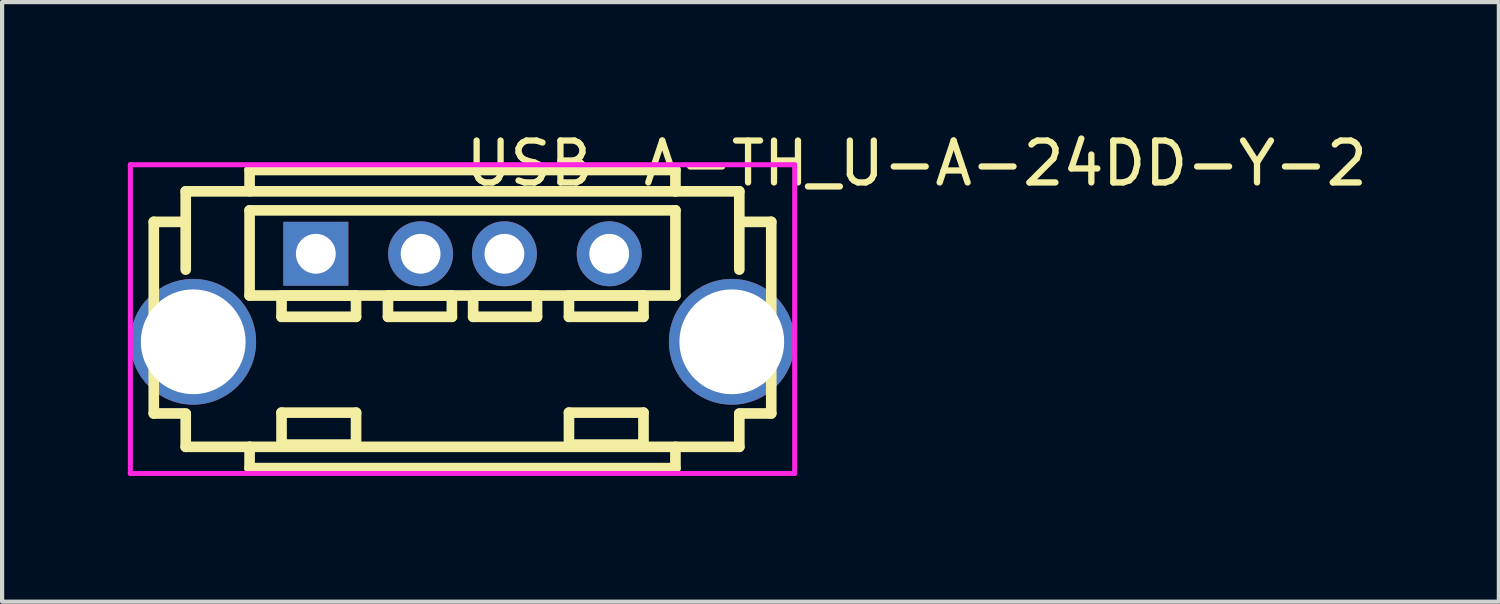
<source format=kicad_pcb>
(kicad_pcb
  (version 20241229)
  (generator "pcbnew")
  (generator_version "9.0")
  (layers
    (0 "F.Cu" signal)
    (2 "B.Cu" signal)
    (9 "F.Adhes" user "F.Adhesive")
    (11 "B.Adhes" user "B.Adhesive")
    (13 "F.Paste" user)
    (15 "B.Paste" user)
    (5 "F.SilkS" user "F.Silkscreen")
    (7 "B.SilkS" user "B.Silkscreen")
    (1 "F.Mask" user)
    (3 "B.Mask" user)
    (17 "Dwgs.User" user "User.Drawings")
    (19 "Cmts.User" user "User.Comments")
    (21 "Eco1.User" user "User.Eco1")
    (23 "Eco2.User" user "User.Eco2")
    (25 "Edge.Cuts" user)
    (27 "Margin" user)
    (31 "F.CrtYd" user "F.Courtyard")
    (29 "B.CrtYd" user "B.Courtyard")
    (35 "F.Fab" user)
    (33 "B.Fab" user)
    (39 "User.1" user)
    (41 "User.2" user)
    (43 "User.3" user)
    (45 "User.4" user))
  (footprint "USB-A-TH_U-A-24DD-Y-2"
    (layer "F.Cu")
    (at 7.985 4.055)
    (property "Reference" "USB-A-TH_U-A-24DD-Y-2" (at 0 -3.207 0) (layer "F.SilkS") (effects (font (size 1 1) (thickness 0.15)) (justify left)))
    (attr through_hole)
    (fp_line (start -7.366 -1.812) (end -7.366 2.76) (stroke (width 0.254) (type solid)) (layer "F.SilkS"))
    (fp_line (start -7.366 2.76) (end -6.604 2.76) (stroke (width 0.254) (type solid)) (layer "F.SilkS"))
    (fp_line (start -6.604 -2.54) (end 6.604 -2.54) (stroke (width 0.254) (type solid)) (layer "F.SilkS"))
    (fp_line (start -6.604 -1.812) (end -7.366 -1.812) (stroke (width 0.254) (type solid)) (layer "F.SilkS"))
    (fp_line (start -6.604 -0.672) (end -6.604 -2.54) (stroke (width 0.254) (type solid)) (layer "F.SilkS"))
    (fp_line (start -6.604 3.556) (end -6.604 2.772) (stroke (width 0.254) (type solid)) (layer "F.SilkS"))
    (fp_line (start -5.08 -3.048) (end -5.08 -2.54) (stroke (width 0.254) (type solid)) (layer "F.SilkS"))
    (fp_line (start -5.08 -2.086) (end 5.08 -2.086) (stroke (width 0.254) (type solid)) (layer "F.SilkS"))
    (fp_line (start -5.08 -0.054) (end -5.08 -2.086) (stroke (width 0.254) (type solid)) (layer "F.SilkS"))
    (fp_line (start -5.08 3.556) (end -5.08 3.556) (stroke (width 0.254) (type solid)) (layer "F.SilkS"))
    (fp_line (start -5.08 3.556) (end -5.08 4.064) (stroke (width 0.254) (type solid)) (layer "F.SilkS"))
    (fp_line (start -5.08 4.064) (end 5.08 4.064) (stroke (width 0.254) (type solid)) (layer "F.SilkS"))
    (fp_line (start -4.318 -0.054) (end -2.54 -0.054) (stroke (width 0.254) (type solid)) (layer "F.SilkS"))
    (fp_line (start -4.318 0.454) (end -4.318 -0.054) (stroke (width 0.254) (type solid)) (layer "F.SilkS"))
    (fp_line (start -4.318 2.74) (end -2.54 2.74) (stroke (width 0.254) (type solid)) (layer "F.SilkS"))
    (fp_line (start -4.318 3.502) (end -4.318 2.74) (stroke (width 0.254) (type solid)) (layer "F.SilkS"))
    (fp_line (start -2.54 -0.054) (end -2.54 0.454) (stroke (width 0.254) (type solid)) (layer "F.SilkS"))
    (fp_line (start -2.54 0.454) (end -4.318 0.454) (stroke (width 0.254) (type solid)) (layer "F.SilkS"))
    (fp_line (start -2.54 2.74) (end -2.54 3.502) (stroke (width 0.254) (type solid)) (layer "F.SilkS"))
    (fp_line (start -2.54 3.502) (end -4.318 3.502) (stroke (width 0.254) (type solid)) (layer "F.SilkS"))
    (fp_line (start -1.778 -0.054) (end -0.254 -0.054) (stroke (width 0.254) (type solid)) (layer "F.SilkS"))
    (fp_line (start -1.778 0.454) (end -1.778 -0.054) (stroke (width 0.254) (type solid)) (layer "F.SilkS"))
    (fp_line (start -0.254 -0.054) (end -0.254 0.454) (stroke (width 0.254) (type solid)) (layer "F.SilkS"))
    (fp_line (start -0.254 0.454) (end -1.778 0.454) (stroke (width 0.254) (type solid)) (layer "F.SilkS"))
    (fp_line (start 0.254 -0.054) (end 1.778 -0.054) (stroke (width 0.254) (type solid)) (layer "F.SilkS"))
    (fp_line (start 0.254 0.454) (end 0.254 -0.054) (stroke (width 0.254) (type solid)) (layer "F.SilkS"))
    (fp_line (start 1.778 -0.054) (end 1.778 0.454) (stroke (width 0.254) (type solid)) (layer "F.SilkS"))
    (fp_line (start 1.778 0.454) (end 0.254 0.454) (stroke (width 0.254) (type solid)) (layer "F.SilkS"))
    (fp_line (start 2.54 -0.054) (end 4.318 -0.054) (stroke (width 0.254) (type solid)) (layer "F.SilkS"))
    (fp_line (start 2.54 0.454) (end 2.54 -0.054) (stroke (width 0.254) (type solid)) (layer "F.SilkS"))
    (fp_line (start 2.54 2.74) (end 4.318 2.74) (stroke (width 0.254) (type solid)) (layer "F.SilkS"))
    (fp_line (start 2.54 3.502) (end 2.54 2.74) (stroke (width 0.254) (type solid)) (layer "F.SilkS"))
    (fp_line (start 4.318 -0.054) (end 4.318 0.454) (stroke (width 0.254) (type solid)) (layer "F.SilkS"))
    (fp_line (start 4.318 0.454) (end 2.54 0.454) (stroke (width 0.254) (type solid)) (layer "F.SilkS"))
    (fp_line (start 4.318 2.74) (end 4.318 3.502) (stroke (width 0.254) (type solid)) (layer "F.SilkS"))
    (fp_line (start 4.318 3.502) (end 2.54 3.502) (stroke (width 0.254) (type solid)) (layer "F.SilkS"))
    (fp_line (start 5.08 -3.048) (end -5.08 -3.048) (stroke (width 0.254) (type solid)) (layer "F.SilkS"))
    (fp_line (start 5.08 -2.54) (end 5.08 -3.048) (stroke (width 0.254) (type solid)) (layer "F.SilkS"))
    (fp_line (start 5.08 -2.54) (end 5.08 -2.54) (stroke (width 0.254) (type solid)) (layer "F.SilkS"))
    (fp_line (start 5.08 -2.086) (end 5.08 -0.054) (stroke (width 0.254) (type solid)) (layer "F.SilkS"))
    (fp_line (start 5.08 -0.054) (end -5.08 -0.054) (stroke (width 0.254) (type solid)) (layer "F.SilkS"))
    (fp_line (start 5.08 4.064) (end 5.08 3.556) (stroke (width 0.254) (type solid)) (layer "F.SilkS"))
    (fp_line (start 6.604 -2.54) (end 6.604 -0.672) (stroke (width 0.254) (type solid)) (layer "F.SilkS"))
    (fp_line (start 6.604 2.76) (end 7.366 2.76) (stroke (width 0.254) (type solid)) (layer "F.SilkS"))
    (fp_line (start 6.604 2.772) (end 6.604 3.556) (stroke (width 0.254) (type solid)) (layer "F.SilkS"))
    (fp_line (start 6.604 3.556) (end -6.604 3.556) (stroke (width 0.254) (type solid)) (layer "F.SilkS"))
    (fp_line (start 7.366 -1.812) (end 6.604 -1.812) (stroke (width 0.254) (type solid)) (layer "F.SilkS"))
    (fp_line (start 7.366 2.76) (end 7.366 -1.812) (stroke (width 0.254) (type solid)) (layer "F.SilkS"))
    (fp_circle (center -7.925 -3.175) (end -7.895 -3.175) (stroke (width 0.06) (type solid)) (fill no) (layer "Eco2.User"))
    (fp_circle (center -6.425 1.05) (end -5.85 1.05) (stroke (width 1.15) (type solid)) (fill no) (layer "Eco2.User"))
    (fp_circle (center -3.5 -1.05) (end -3.312 -1.05) (stroke (width 0.375) (type solid)) (fill no) (layer "Eco2.User"))
    (fp_circle (center -1 -1.05) (end -0.812 -1.05) (stroke (width 0.375) (type solid)) (fill no) (layer "Eco2.User"))
    (fp_circle (center 1 -1.05) (end 1.188 -1.05) (stroke (width 0.375) (type solid)) (fill no) (layer "Eco2.User"))
    (fp_circle (center 3.5 -1.05) (end 3.687 -1.05) (stroke (width 0.375) (type solid)) (fill no) (layer "Eco2.User"))
    (fp_circle (center 6.425 1.05) (end 7 1.05) (stroke (width 1.15) (type solid)) (fill no) (layer "Eco2.User"))
    (fp_line (start -7.925 -3.175) (end 7.925 -3.175) (stroke (width 0.12) (type solid)) (layer "F.CrtYd"))
    (fp_line (start -7.925 4.191) (end -7.925 -3.175) (stroke (width 0.12) (type solid)) (layer "F.CrtYd"))
    (fp_line (start 7.925 -3.175) (end 7.925 4.191) (stroke (width 0.12) (type solid)) (layer "F.CrtYd"))
    (fp_line (start 7.925 4.191) (end -7.925 4.191) (stroke (width 0.12) (type solid)) (layer "F.CrtYd"))
    (pad "1" thru_hole rect (at -3.5 -1.05) (size 1.55 1.524) (drill 0.95) (layers "*.Cu" "*.Mask"))
    (pad "2" thru_hole circle (at -1 -1.05) (size 1.55 1.55) (drill 0.95) (layers "*.Cu" "*.Mask"))
    (pad "3" thru_hole circle (at 1 -1.05) (size 1.55 1.55) (drill 0.95) (layers "*.Cu" "*.Mask"))
    (pad "4" thru_hole circle (at 3.5 -1.05) (size 1.55 1.55) (drill 0.95) (layers "*.Cu" "*.Mask"))
    (pad "5" thru_hole circle (at 6.425 1.05) (size 3 3) (drill 2.5) (layers "*.Cu" "*.Mask"))
    (pad "6" thru_hole circle (at -6.425 1.05) (size 3 3) (drill 2.5) (layers "*.Cu" "*.Mask")))
  (gr_rect
    (start -3 -3)
    (end 32.711 11.306)
    (stroke (width 0.1) (type default))
    (fill no)
    (layer "Edge.Cuts")))
</source>
